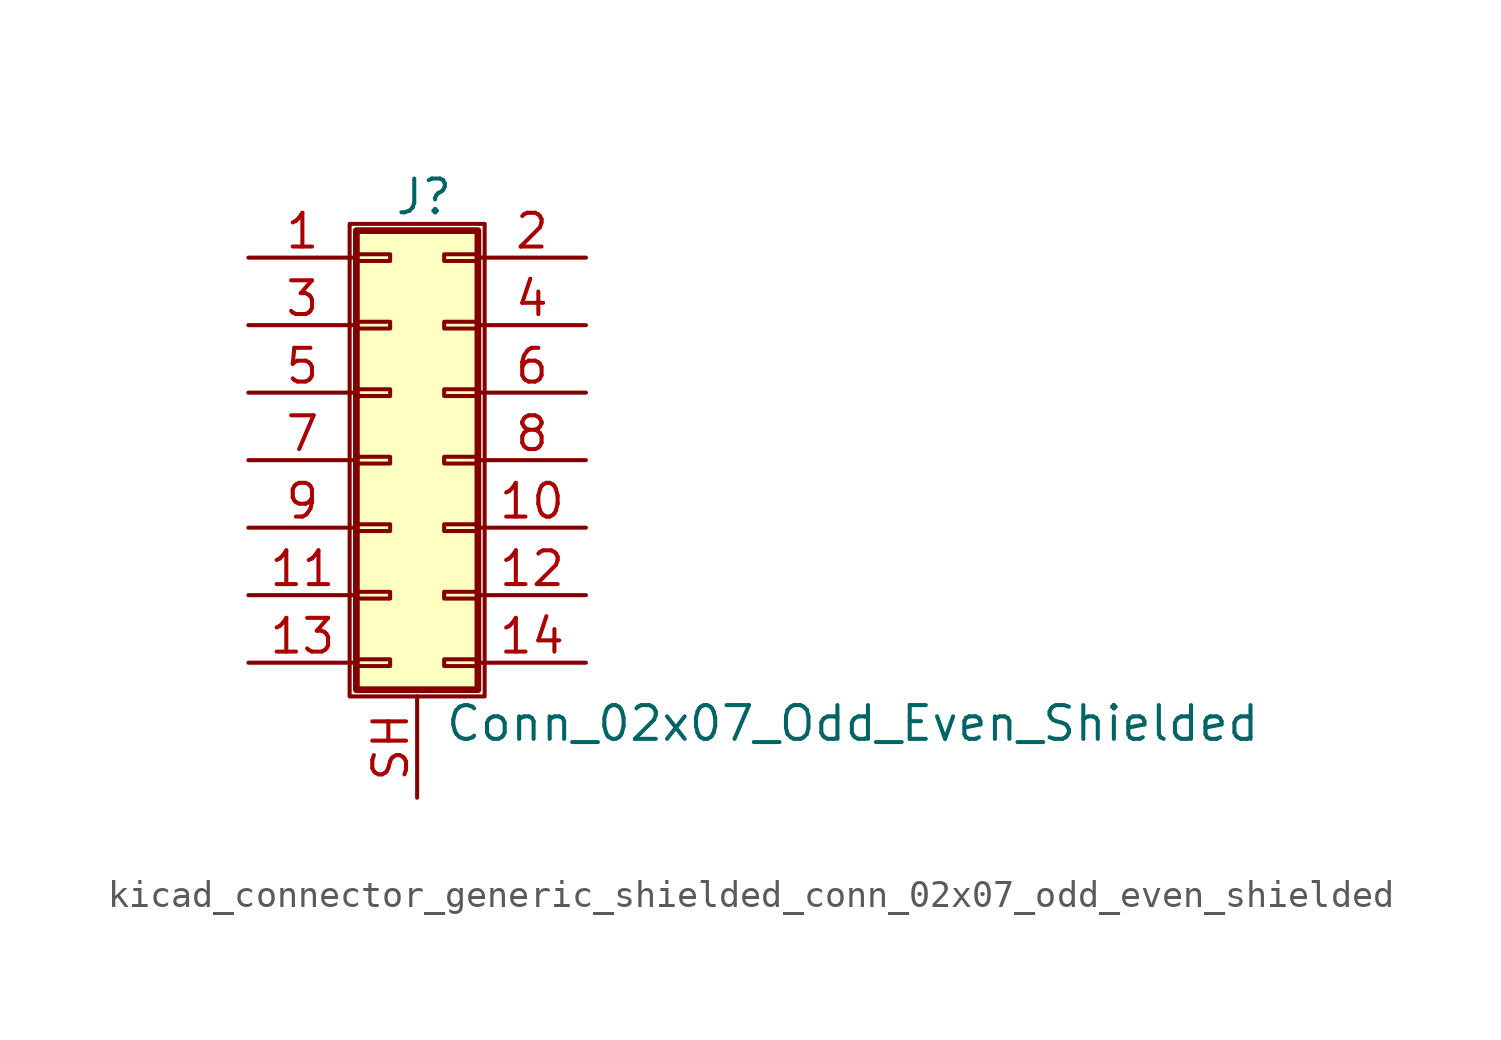
<source format=kicad_sym>
(kicad_symbol_lib
  (version 20220914)
  (generator kicad_symbol_editor)
  (symbol "kicad_connector_generic_shielded_conn_02x07_odd_even_shielded"
    (pin_names
      (offset 1.016) hide)
    (property "Reference" "J"
      (at 1.524 9.906 0)
      (effects (font (size 1.27 1.27))))
    (property "Value" "Conn_02x07_Odd_Even_Shielded"
      (at 2.286 -9.906 0)
      (effects (font (size 1.27 1.27)) (justify left)))
    (symbol "kicad_connector_generic_shielded_conn_02x07_odd_even_shielded_1_1"
      (rectangle (start -1.27 8.89) (end 3.81 -8.89) (stroke (width 0.152) (type default)) (fill (type none)))
      (rectangle (start -1.016 -7.493) (end 0.254 -7.747) (stroke (width 0.152) (type default)) (fill (type none)))
      (rectangle (start -1.016 -4.953) (end 0.254 -5.207) (stroke (width 0.152) (type default)) (fill (type none)))
      (rectangle (start -1.016 -2.413) (end 0.254 -2.667) (stroke (width 0.152) (type default)) (fill (type none)))
      (rectangle (start -1.016 0.127) (end 0.254 -0.127) (stroke (width 0.152) (type default)) (fill (type none)))
      (rectangle (start -1.016 2.667) (end 0.254 2.413) (stroke (width 0.152) (type default)) (fill (type none)))
      (rectangle (start -1.016 5.207) (end 0.254 4.953) (stroke (width 0.152) (type default)) (fill (type none)))
      (rectangle (start -1.016 7.747) (end 0.254 7.493) (stroke (width 0.152) (type default)) (fill (type none)))
      (rectangle (start -1.016 8.636) (end 3.556 -8.636) (stroke (width 0.254) (type default)) (fill (type background)))
      (rectangle (start 3.556 -7.493) (end 2.286 -7.747) (stroke (width 0.152) (type default)) (fill (type none)))
      (rectangle (start 3.556 -4.953) (end 2.286 -5.207) (stroke (width 0.152) (type default)) (fill (type none)))
      (rectangle (start 3.556 -2.413) (end 2.286 -2.667) (stroke (width 0.152) (type default)) (fill (type none)))
      (rectangle (start 3.556 0.127) (end 2.286 -0.127) (stroke (width 0.152) (type default)) (fill (type none)))
      (rectangle (start 3.556 2.667) (end 2.286 2.413) (stroke (width 0.152) (type default)) (fill (type none)))
      (rectangle (start 3.556 5.207) (end 2.286 4.953) (stroke (width 0.152) (type default)) (fill (type none)))
      (rectangle (start 3.556 7.747) (end 2.286 7.493) (stroke (width 0.152) (type default)) (fill (type none)))
      (pin passive line (at -5.08 7.62 0) (length 4.064) (name "Pin_1" (effects (font (size 1.27 1.27)))) (number "1" (effects (font (size 1.27 1.27)))))
      (pin passive line (at 7.62 -2.54 180) (length 4.064) (name "Pin_10" (effects (font (size 1.27 1.27)))) (number "10" (effects (font (size 1.27 1.27)))))
      (pin passive line (at -5.08 -5.08 0) (length 4.064) (name "Pin_11" (effects (font (size 1.27 1.27)))) (number "11" (effects (font (size 1.27 1.27)))))
      (pin passive line (at 7.62 -5.08 180) (length 4.064) (name "Pin_12" (effects (font (size 1.27 1.27)))) (number "12" (effects (font (size 1.27 1.27)))))
      (pin passive line (at -5.08 -7.62 0) (length 4.064) (name "Pin_13" (effects (font (size 1.27 1.27)))) (number "13" (effects (font (size 1.27 1.27)))))
      (pin passive line (at 7.62 -7.62 180) (length 4.064) (name "Pin_14" (effects (font (size 1.27 1.27)))) (number "14" (effects (font (size 1.27 1.27)))))
      (pin passive line (at 7.62 7.62 180) (length 4.064) (name "Pin_2" (effects (font (size 1.27 1.27)))) (number "2" (effects (font (size 1.27 1.27)))))
      (pin passive line (at -5.08 5.08 0) (length 4.064) (name "Pin_3" (effects (font (size 1.27 1.27)))) (number "3" (effects (font (size 1.27 1.27)))))
      (pin passive line (at 7.62 5.08 180) (length 4.064) (name "Pin_4" (effects (font (size 1.27 1.27)))) (number "4" (effects (font (size 1.27 1.27)))))
      (pin passive line (at -5.08 2.54 0) (length 4.064) (name "Pin_5" (effects (font (size 1.27 1.27)))) (number "5" (effects (font (size 1.27 1.27)))))
      (pin passive line (at 7.62 2.54 180) (length 4.064) (name "Pin_6" (effects (font (size 1.27 1.27)))) (number "6" (effects (font (size 1.27 1.27)))))
      (pin passive line (at -5.08 0 0) (length 4.064) (name "Pin_7" (effects (font (size 1.27 1.27)))) (number "7" (effects (font (size 1.27 1.27)))))
      (pin passive line (at 7.62 0 180) (length 4.064) (name "Pin_8" (effects (font (size 1.27 1.27)))) (number "8" (effects (font (size 1.27 1.27)))))
      (pin passive line (at -5.08 -2.54 0) (length 4.064) (name "Pin_9" (effects (font (size 1.27 1.27)))) (number "9" (effects (font (size 1.27 1.27)))))
      (pin passive line (at 1.27 -12.7 90) (length 3.81) (name "Shield" (effects (font (size 1.27 1.27)))) (number "SH" (effects (font (size 1.27 1.27))))))))
</source>
